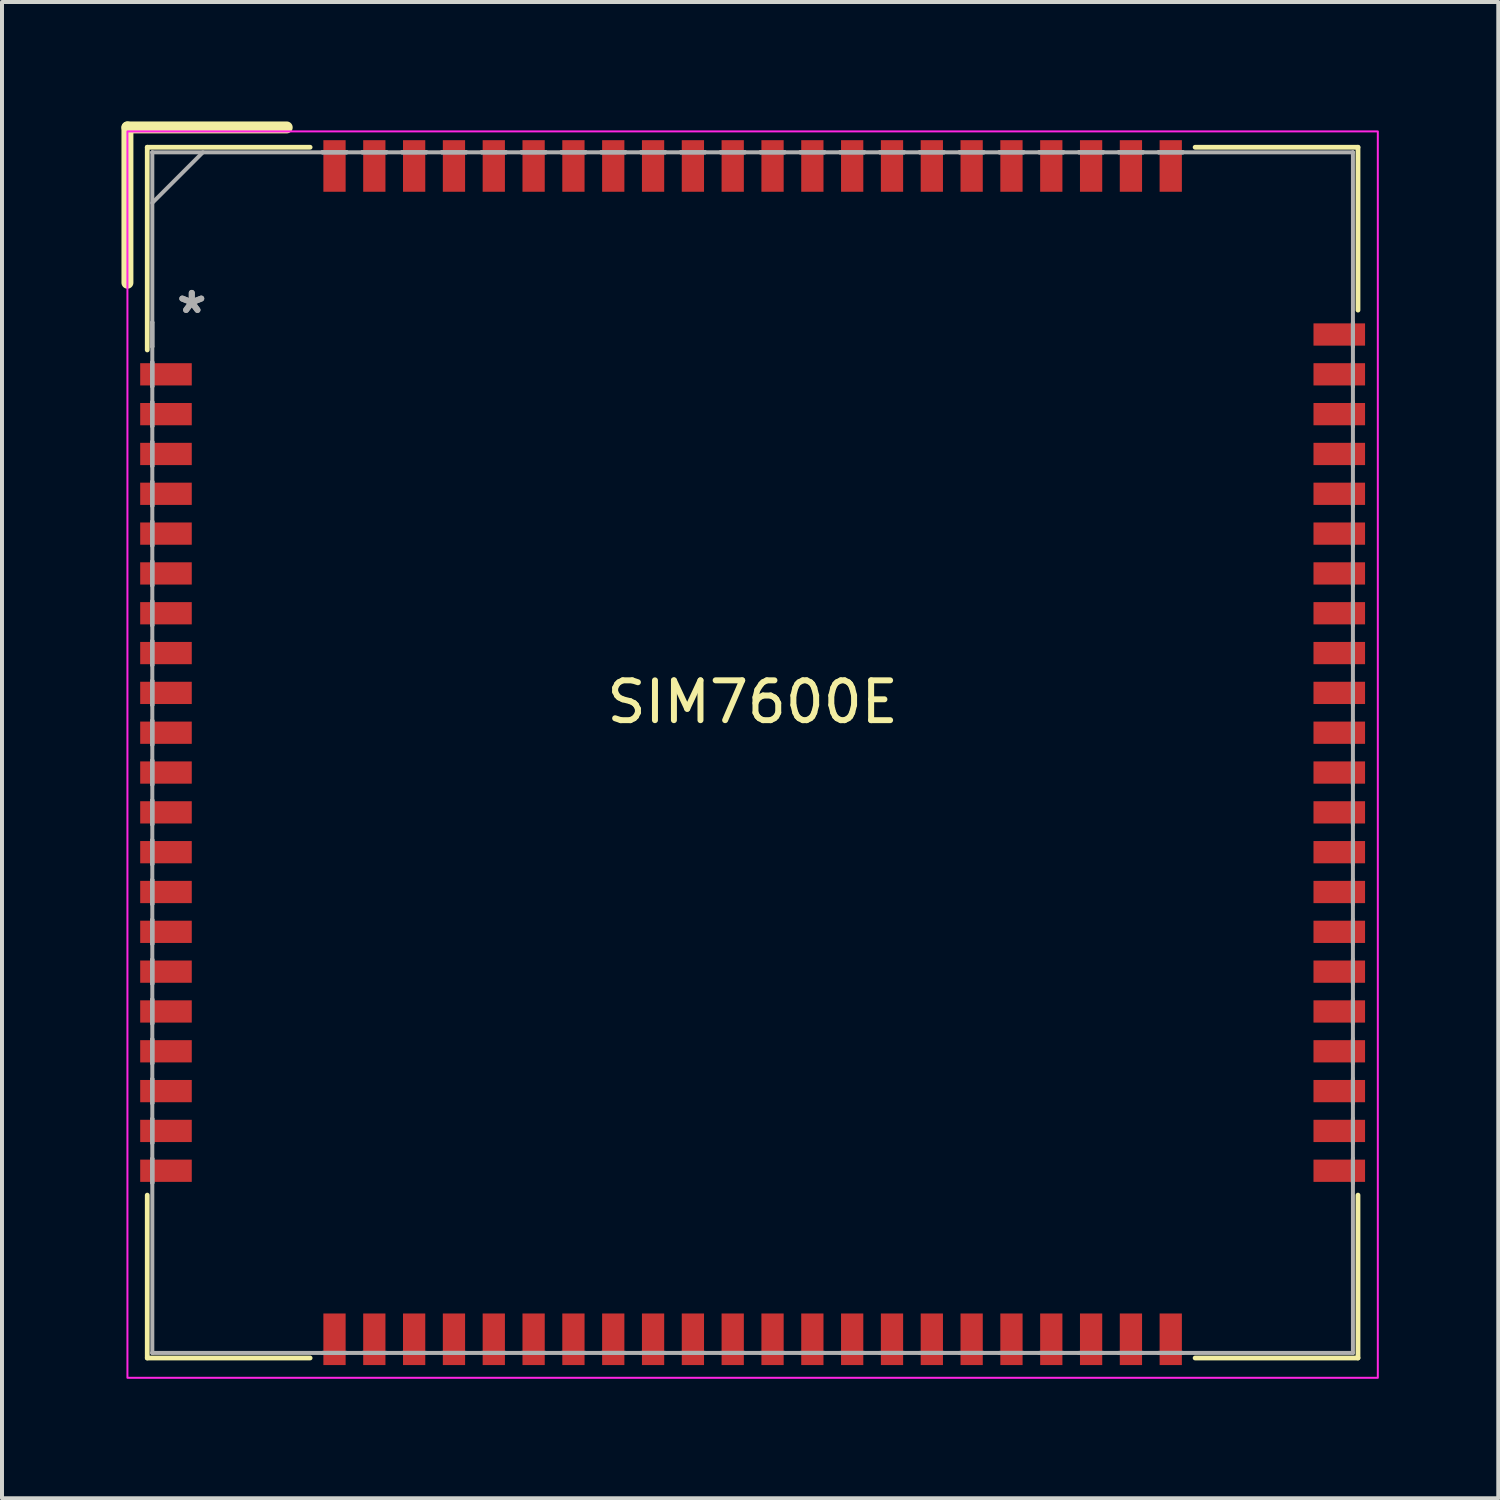
<source format=kicad_pcb>
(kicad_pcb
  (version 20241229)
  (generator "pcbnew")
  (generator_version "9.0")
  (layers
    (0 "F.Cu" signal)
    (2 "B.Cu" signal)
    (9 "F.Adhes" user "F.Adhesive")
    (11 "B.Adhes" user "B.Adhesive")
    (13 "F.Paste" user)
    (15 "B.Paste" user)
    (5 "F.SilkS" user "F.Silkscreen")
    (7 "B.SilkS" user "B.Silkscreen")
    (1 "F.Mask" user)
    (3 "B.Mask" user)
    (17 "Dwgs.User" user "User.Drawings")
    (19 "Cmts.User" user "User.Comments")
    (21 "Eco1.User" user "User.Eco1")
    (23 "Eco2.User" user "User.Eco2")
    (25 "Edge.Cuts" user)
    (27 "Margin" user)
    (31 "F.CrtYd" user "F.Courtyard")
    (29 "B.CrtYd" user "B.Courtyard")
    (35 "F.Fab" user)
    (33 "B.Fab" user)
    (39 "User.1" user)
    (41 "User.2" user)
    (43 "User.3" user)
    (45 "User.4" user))
  (footprint "SIM7600E"
    (layer "F.Cu")
    (at 15.85 15.85)
    (property "Reference" "SIM7600E" (at 0 -1.27 0) (layer "F.SilkS") (effects (font (size 1 1) (thickness 0.15))))
    (attr through_hole)
    (fp_line (start -15.7 -15.7) (end -15.7 -11.8) (stroke (width 0.3) (type solid)) (layer "F.SilkS"))
    (fp_line (start -15.202 -15.202) (end -15.202 -10.112) (stroke (width 0.12) (type solid)) (layer "F.SilkS"))
    (fp_line (start -15.202 11.112) (end -15.202 15.202) (stroke (width 0.12) (type solid)) (layer "F.SilkS"))
    (fp_line (start -15.202 15.202) (end -11.112 15.202) (stroke (width 0.12) (type solid)) (layer "F.SilkS"))
    (fp_line (start -11.7 -15.7) (end -15.7 -15.7) (stroke (width 0.3) (type solid)) (layer "F.SilkS"))
    (fp_line (start -11.112 -15.202) (end -15.202 -15.202) (stroke (width 0.12) (type solid)) (layer "F.SilkS"))
    (fp_line (start 11.112 15.202) (end 15.202 15.202) (stroke (width 0.12) (type solid)) (layer "F.SilkS"))
    (fp_line (start 15.202 -15.202) (end 11.112 -15.202) (stroke (width 0.12) (type solid)) (layer "F.SilkS"))
    (fp_line (start 15.202 -11.112) (end 15.202 -15.202) (stroke (width 0.12) (type solid)) (layer "F.SilkS"))
    (fp_line (start 15.202 15.202) (end 15.202 11.112) (stroke (width 0.12) (type solid)) (layer "F.SilkS"))
    (fp_rect (start 15.7 -15.6) (end -15.7 15.7) (stroke (width 0.05) (type solid)) (fill no) (layer "F.CrtYd"))
    (fp_line (start -15.075 -15.075) (end -15.075 -15.075) (stroke (width 0.1) (type solid)) (layer "F.Fab"))
    (fp_line (start -15.075 -15.075) (end -15.075 15.075) (stroke (width 0.1) (type solid)) (layer "F.Fab"))
    (fp_line (start -15.075 -13.805) (end -13.805 -15.075) (stroke (width 0.1) (type solid)) (layer "F.Fab"))
    (fp_line (start -15.075 -10.805) (end -15.075 -10.805) (stroke (width 0.1) (type solid)) (layer "F.Fab"))
    (fp_line (start -15.075 -10.805) (end -15.075 -10.195) (stroke (width 0.1) (type solid)) (layer "F.Fab"))
    (fp_line (start -15.075 -10.195) (end -15.075 -10.805) (stroke (width 0.1) (type solid)) (layer "F.Fab"))
    (fp_line (start -15.075 -10.195) (end -15.075 -10.195) (stroke (width 0.1) (type solid)) (layer "F.Fab"))
    (fp_line (start -15.075 -9.805) (end -15.075 -9.805) (stroke (width 0.1) (type solid)) (layer "F.Fab"))
    (fp_line (start -15.075 -9.805) (end -15.075 -9.195) (stroke (width 0.1) (type solid)) (layer "F.Fab"))
    (fp_line (start -15.075 -9.195) (end -15.075 -9.805) (stroke (width 0.1) (type solid)) (layer "F.Fab"))
    (fp_line (start -15.075 -9.195) (end -15.075 -9.195) (stroke (width 0.1) (type solid)) (layer "F.Fab"))
    (fp_line (start -15.075 -8.805) (end -15.075 -8.805) (stroke (width 0.1) (type solid)) (layer "F.Fab"))
    (fp_line (start -15.075 -8.805) (end -15.075 -8.195) (stroke (width 0.1) (type solid)) (layer "F.Fab"))
    (fp_line (start -15.075 -8.195) (end -15.075 -8.805) (stroke (width 0.1) (type solid)) (layer "F.Fab"))
    (fp_line (start -15.075 -8.195) (end -15.075 -8.195) (stroke (width 0.1) (type solid)) (layer "F.Fab"))
    (fp_line (start -15.075 -7.805) (end -15.075 -7.805) (stroke (width 0.1) (type solid)) (layer "F.Fab"))
    (fp_line (start -15.075 -7.805) (end -15.075 -7.195) (stroke (width 0.1) (type solid)) (layer "F.Fab"))
    (fp_line (start -15.075 -7.195) (end -15.075 -7.805) (stroke (width 0.1) (type solid)) (layer "F.Fab"))
    (fp_line (start -15.075 -7.195) (end -15.075 -7.195) (stroke (width 0.1) (type solid)) (layer "F.Fab"))
    (fp_line (start -15.075 -6.805) (end -15.075 -6.805) (stroke (width 0.1) (type solid)) (layer "F.Fab"))
    (fp_line (start -15.075 -6.805) (end -15.075 -6.195) (stroke (width 0.1) (type solid)) (layer "F.Fab"))
    (fp_line (start -15.075 -6.195) (end -15.075 -6.805) (stroke (width 0.1) (type solid)) (layer "F.Fab"))
    (fp_line (start -15.075 -6.195) (end -15.075 -6.195) (stroke (width 0.1) (type solid)) (layer "F.Fab"))
    (fp_line (start -15.075 -5.805) (end -15.075 -5.805) (stroke (width 0.1) (type solid)) (layer "F.Fab"))
    (fp_line (start -15.075 -5.805) (end -15.075 -5.195) (stroke (width 0.1) (type solid)) (layer "F.Fab"))
    (fp_line (start -15.075 -5.195) (end -15.075 -5.805) (stroke (width 0.1) (type solid)) (layer "F.Fab"))
    (fp_line (start -15.075 -5.195) (end -15.075 -5.195) (stroke (width 0.1) (type solid)) (layer "F.Fab"))
    (fp_line (start -15.075 -4.805) (end -15.075 -4.805) (stroke (width 0.1) (type solid)) (layer "F.Fab"))
    (fp_line (start -15.075 -4.805) (end -15.075 -4.195) (stroke (width 0.1) (type solid)) (layer "F.Fab"))
    (fp_line (start -15.075 -4.195) (end -15.075 -4.805) (stroke (width 0.1) (type solid)) (layer "F.Fab"))
    (fp_line (start -15.075 -4.195) (end -15.075 -4.195) (stroke (width 0.1) (type solid)) (layer "F.Fab"))
    (fp_line (start -15.075 -3.805) (end -15.075 -3.805) (stroke (width 0.1) (type solid)) (layer "F.Fab"))
    (fp_line (start -15.075 -3.805) (end -15.075 -3.195) (stroke (width 0.1) (type solid)) (layer "F.Fab"))
    (fp_line (start -15.075 -3.195) (end -15.075 -3.805) (stroke (width 0.1) (type solid)) (layer "F.Fab"))
    (fp_line (start -15.075 -3.195) (end -15.075 -3.195) (stroke (width 0.1) (type solid)) (layer "F.Fab"))
    (fp_line (start -15.075 -2.805) (end -15.075 -2.805) (stroke (width 0.1) (type solid)) (layer "F.Fab"))
    (fp_line (start -15.075 -2.805) (end -15.075 -2.195) (stroke (width 0.1) (type solid)) (layer "F.Fab"))
    (fp_line (start -15.075 -2.195) (end -15.075 -2.805) (stroke (width 0.1) (type solid)) (layer "F.Fab"))
    (fp_line (start -15.075 -2.195) (end -15.075 -2.195) (stroke (width 0.1) (type solid)) (layer "F.Fab"))
    (fp_line (start -15.075 -1.805) (end -15.075 -1.805) (stroke (width 0.1) (type solid)) (layer "F.Fab"))
    (fp_line (start -15.075 -1.805) (end -15.075 -1.195) (stroke (width 0.1) (type solid)) (layer "F.Fab"))
    (fp_line (start -15.075 -1.195) (end -15.075 -1.805) (stroke (width 0.1) (type solid)) (layer "F.Fab"))
    (fp_line (start -15.075 -1.195) (end -15.075 -1.195) (stroke (width 0.1) (type solid)) (layer "F.Fab"))
    (fp_line (start -15.075 -0.805) (end -15.075 -0.805) (stroke (width 0.1) (type solid)) (layer "F.Fab"))
    (fp_line (start -15.075 -0.805) (end -15.075 -0.195) (stroke (width 0.1) (type solid)) (layer "F.Fab"))
    (fp_line (start -15.075 -0.195) (end -15.075 -0.805) (stroke (width 0.1) (type solid)) (layer "F.Fab"))
    (fp_line (start -15.075 -0.195) (end -15.075 -0.195) (stroke (width 0.1) (type solid)) (layer "F.Fab"))
    (fp_line (start -15.075 0.195) (end -15.075 0.195) (stroke (width 0.1) (type solid)) (layer "F.Fab"))
    (fp_line (start -15.075 0.195) (end -15.075 0.805) (stroke (width 0.1) (type solid)) (layer "F.Fab"))
    (fp_line (start -15.075 0.805) (end -15.075 0.195) (stroke (width 0.1) (type solid)) (layer "F.Fab"))
    (fp_line (start -15.075 0.805) (end -15.075 0.805) (stroke (width 0.1) (type solid)) (layer "F.Fab"))
    (fp_line (start -15.075 1.195) (end -15.075 1.195) (stroke (width 0.1) (type solid)) (layer "F.Fab"))
    (fp_line (start -15.075 1.195) (end -15.075 1.805) (stroke (width 0.1) (type solid)) (layer "F.Fab"))
    (fp_line (start -15.075 1.805) (end -15.075 1.195) (stroke (width 0.1) (type solid)) (layer "F.Fab"))
    (fp_line (start -15.075 1.805) (end -15.075 1.805) (stroke (width 0.1) (type solid)) (layer "F.Fab"))
    (fp_line (start -15.075 2.195) (end -15.075 2.195) (stroke (width 0.1) (type solid)) (layer "F.Fab"))
    (fp_line (start -15.075 2.195) (end -15.075 2.805) (stroke (width 0.1) (type solid)) (layer "F.Fab"))
    (fp_line (start -15.075 2.805) (end -15.075 2.195) (stroke (width 0.1) (type solid)) (layer "F.Fab"))
    (fp_line (start -15.075 2.805) (end -15.075 2.805) (stroke (width 0.1) (type solid)) (layer "F.Fab"))
    (fp_line (start -15.075 3.195) (end -15.075 3.195) (stroke (width 0.1) (type solid)) (layer "F.Fab"))
    (fp_line (start -15.075 3.195) (end -15.075 3.805) (stroke (width 0.1) (type solid)) (layer "F.Fab"))
    (fp_line (start -15.075 3.805) (end -15.075 3.195) (stroke (width 0.1) (type solid)) (layer "F.Fab"))
    (fp_line (start -15.075 3.805) (end -15.075 3.805) (stroke (width 0.1) (type solid)) (layer "F.Fab"))
    (fp_line (start -15.075 4.195) (end -15.075 4.195) (stroke (width 0.1) (type solid)) (layer "F.Fab"))
    (fp_line (start -15.075 4.195) (end -15.075 4.805) (stroke (width 0.1) (type solid)) (layer "F.Fab"))
    (fp_line (start -15.075 4.805) (end -15.075 4.195) (stroke (width 0.1) (type solid)) (layer "F.Fab"))
    (fp_line (start -15.075 4.805) (end -15.075 4.805) (stroke (width 0.1) (type solid)) (layer "F.Fab"))
    (fp_line (start -15.075 5.195) (end -15.075 5.195) (stroke (width 0.1) (type solid)) (layer "F.Fab"))
    (fp_line (start -15.075 5.195) (end -15.075 5.805) (stroke (width 0.1) (type solid)) (layer "F.Fab"))
    (fp_line (start -15.075 5.805) (end -15.075 5.195) (stroke (width 0.1) (type solid)) (layer "F.Fab"))
    (fp_line (start -15.075 5.805) (end -15.075 5.805) (stroke (width 0.1) (type solid)) (layer "F.Fab"))
    (fp_line (start -15.075 6.195) (end -15.075 6.195) (stroke (width 0.1) (type solid)) (layer "F.Fab"))
    (fp_line (start -15.075 6.195) (end -15.075 6.805) (stroke (width 0.1) (type solid)) (layer "F.Fab"))
    (fp_line (start -15.075 6.805) (end -15.075 6.195) (stroke (width 0.1) (type solid)) (layer "F.Fab"))
    (fp_line (start -15.075 6.805) (end -15.075 6.805) (stroke (width 0.1) (type solid)) (layer "F.Fab"))
    (fp_line (start -15.075 7.195) (end -15.075 7.195) (stroke (width 0.1) (type solid)) (layer "F.Fab"))
    (fp_line (start -15.075 7.195) (end -15.075 7.805) (stroke (width 0.1) (type solid)) (layer "F.Fab"))
    (fp_line (start -15.075 7.805) (end -15.075 7.195) (stroke (width 0.1) (type solid)) (layer "F.Fab"))
    (fp_line (start -15.075 7.805) (end -15.075 7.805) (stroke (width 0.1) (type solid)) (layer "F.Fab"))
    (fp_line (start -15.075 8.195) (end -15.075 8.195) (stroke (width 0.1) (type solid)) (layer "F.Fab"))
    (fp_line (start -15.075 8.195) (end -15.075 8.805) (stroke (width 0.1) (type solid)) (layer "F.Fab"))
    (fp_line (start -15.075 8.805) (end -15.075 8.195) (stroke (width 0.1) (type solid)) (layer "F.Fab"))
    (fp_line (start -15.075 8.805) (end -15.075 8.805) (stroke (width 0.1) (type solid)) (layer "F.Fab"))
    (fp_line (start -15.075 9.195) (end -15.075 9.195) (stroke (width 0.1) (type solid)) (layer "F.Fab"))
    (fp_line (start -15.075 9.195) (end -15.075 9.805) (stroke (width 0.1) (type solid)) (layer "F.Fab"))
    (fp_line (start -15.075 9.805) (end -15.075 9.195) (stroke (width 0.1) (type solid)) (layer "F.Fab"))
    (fp_line (start -15.075 9.805) (end -15.075 9.805) (stroke (width 0.1) (type solid)) (layer "F.Fab"))
    (fp_line (start -15.075 10.195) (end -15.075 10.195) (stroke (width 0.1) (type solid)) (layer "F.Fab"))
    (fp_line (start -15.075 10.195) (end -15.075 10.805) (stroke (width 0.1) (type solid)) (layer "F.Fab"))
    (fp_line (start -15.075 10.805) (end -15.075 10.195) (stroke (width 0.1) (type solid)) (layer "F.Fab"))
    (fp_line (start -15.075 10.805) (end -15.075 10.805) (stroke (width 0.1) (type solid)) (layer "F.Fab"))
    (fp_line (start -15.075 15.075) (end -15.075 15.075) (stroke (width 0.1) (type solid)) (layer "F.Fab"))
    (fp_line (start -15.075 15.075) (end 15.075 15.075) (stroke (width 0.1) (type solid)) (layer "F.Fab"))
    (fp_line (start -10.805 -15.075) (end -10.805 -15.075) (stroke (width 0.1) (type solid)) (layer "F.Fab"))
    (fp_line (start -10.805 -15.075) (end -10.195 -15.075) (stroke (width 0.1) (type solid)) (layer "F.Fab"))
    (fp_line (start -10.805 15.075) (end -10.805 15.075) (stroke (width 0.1) (type solid)) (layer "F.Fab"))
    (fp_line (start -10.805 15.075) (end -10.195 15.075) (stroke (width 0.1) (type solid)) (layer "F.Fab"))
    (fp_line (start -10.195 -15.075) (end -10.805 -15.075) (stroke (width 0.1) (type solid)) (layer "F.Fab"))
    (fp_line (start -10.195 -15.075) (end -10.195 -15.075) (stroke (width 0.1) (type solid)) (layer "F.Fab"))
    (fp_line (start -10.195 15.075) (end -10.805 15.075) (stroke (width 0.1) (type solid)) (layer "F.Fab"))
    (fp_line (start -10.195 15.075) (end -10.195 15.075) (stroke (width 0.1) (type solid)) (layer "F.Fab"))
    (fp_line (start -9.805 -15.075) (end -9.805 -15.075) (stroke (width 0.1) (type solid)) (layer "F.Fab"))
    (fp_line (start -9.805 -15.075) (end -9.195 -15.075) (stroke (width 0.1) (type solid)) (layer "F.Fab"))
    (fp_line (start -9.805 15.075) (end -9.805 15.075) (stroke (width 0.1) (type solid)) (layer "F.Fab"))
    (fp_line (start -9.805 15.075) (end -9.195 15.075) (stroke (width 0.1) (type solid)) (layer "F.Fab"))
    (fp_line (start -9.195 -15.075) (end -9.805 -15.075) (stroke (width 0.1) (type solid)) (layer "F.Fab"))
    (fp_line (start -9.195 -15.075) (end -9.195 -15.075) (stroke (width 0.1) (type solid)) (layer "F.Fab"))
    (fp_line (start -9.195 15.075) (end -9.805 15.075) (stroke (width 0.1) (type solid)) (layer "F.Fab"))
    (fp_line (start -9.195 15.075) (end -9.195 15.075) (stroke (width 0.1) (type solid)) (layer "F.Fab"))
    (fp_line (start -8.805 -15.075) (end -8.805 -15.075) (stroke (width 0.1) (type solid)) (layer "F.Fab"))
    (fp_line (start -8.805 -15.075) (end -8.195 -15.075) (stroke (width 0.1) (type solid)) (layer "F.Fab"))
    (fp_line (start -8.805 15.075) (end -8.805 15.075) (stroke (width 0.1) (type solid)) (layer "F.Fab"))
    (fp_line (start -8.805 15.075) (end -8.195 15.075) (stroke (width 0.1) (type solid)) (layer "F.Fab"))
    (fp_line (start -8.195 -15.075) (end -8.805 -15.075) (stroke (width 0.1) (type solid)) (layer "F.Fab"))
    (fp_line (start -8.195 -15.075) (end -8.195 -15.075) (stroke (width 0.1) (type solid)) (layer "F.Fab"))
    (fp_line (start -8.195 15.075) (end -8.805 15.075) (stroke (width 0.1) (type solid)) (layer "F.Fab"))
    (fp_line (start -8.195 15.075) (end -8.195 15.075) (stroke (width 0.1) (type solid)) (layer "F.Fab"))
    (fp_line (start -7.805 -15.075) (end -7.805 -15.075) (stroke (width 0.1) (type solid)) (layer "F.Fab"))
    (fp_line (start -7.805 -15.075) (end -7.195 -15.075) (stroke (width 0.1) (type solid)) (layer "F.Fab"))
    (fp_line (start -7.805 15.075) (end -7.805 15.075) (stroke (width 0.1) (type solid)) (layer "F.Fab"))
    (fp_line (start -7.805 15.075) (end -7.195 15.075) (stroke (width 0.1) (type solid)) (layer "F.Fab"))
    (fp_line (start -7.195 -15.075) (end -7.805 -15.075) (stroke (width 0.1) (type solid)) (layer "F.Fab"))
    (fp_line (start -7.195 -15.075) (end -7.195 -15.075) (stroke (width 0.1) (type solid)) (layer "F.Fab"))
    (fp_line (start -7.195 15.075) (end -7.805 15.075) (stroke (width 0.1) (type solid)) (layer "F.Fab"))
    (fp_line (start -7.195 15.075) (end -7.195 15.075) (stroke (width 0.1) (type solid)) (layer "F.Fab"))
    (fp_line (start -6.805 -15.075) (end -6.805 -15.075) (stroke (width 0.1) (type solid)) (layer "F.Fab"))
    (fp_line (start -6.805 -15.075) (end -6.195 -15.075) (stroke (width 0.1) (type solid)) (layer "F.Fab"))
    (fp_line (start -6.805 15.075) (end -6.805 15.075) (stroke (width 0.1) (type solid)) (layer "F.Fab"))
    (fp_line (start -6.805 15.075) (end -6.195 15.075) (stroke (width 0.1) (type solid)) (layer "F.Fab"))
    (fp_line (start -6.195 -15.075) (end -6.805 -15.075) (stroke (width 0.1) (type solid)) (layer "F.Fab"))
    (fp_line (start -6.195 -15.075) (end -6.195 -15.075) (stroke (width 0.1) (type solid)) (layer "F.Fab"))
    (fp_line (start -6.195 15.075) (end -6.805 15.075) (stroke (width 0.1) (type solid)) (layer "F.Fab"))
    (fp_line (start -6.195 15.075) (end -6.195 15.075) (stroke (width 0.1) (type solid)) (layer "F.Fab"))
    (fp_line (start -5.805 -15.075) (end -5.805 -15.075) (stroke (width 0.1) (type solid)) (layer "F.Fab"))
    (fp_line (start -5.805 -15.075) (end -5.195 -15.075) (stroke (width 0.1) (type solid)) (layer "F.Fab"))
    (fp_line (start -5.805 15.075) (end -5.805 15.075) (stroke (width 0.1) (type solid)) (layer "F.Fab"))
    (fp_line (start -5.805 15.075) (end -5.195 15.075) (stroke (width 0.1) (type solid)) (layer "F.Fab"))
    (fp_line (start -5.195 -15.075) (end -5.805 -15.075) (stroke (width 0.1) (type solid)) (layer "F.Fab"))
    (fp_line (start -5.195 -15.075) (end -5.195 -15.075) (stroke (width 0.1) (type solid)) (layer "F.Fab"))
    (fp_line (start -5.195 15.075) (end -5.805 15.075) (stroke (width 0.1) (type solid)) (layer "F.Fab"))
    (fp_line (start -5.195 15.075) (end -5.195 15.075) (stroke (width 0.1) (type solid)) (layer "F.Fab"))
    (fp_line (start -4.805 -15.075) (end -4.805 -15.075) (stroke (width 0.1) (type solid)) (layer "F.Fab"))
    (fp_line (start -4.805 -15.075) (end -4.195 -15.075) (stroke (width 0.1) (type solid)) (layer "F.Fab"))
    (fp_line (start -4.805 15.075) (end -4.805 15.075) (stroke (width 0.1) (type solid)) (layer "F.Fab"))
    (fp_line (start -4.805 15.075) (end -4.195 15.075) (stroke (width 0.1) (type solid)) (layer "F.Fab"))
    (fp_line (start -4.195 -15.075) (end -4.805 -15.075) (stroke (width 0.1) (type solid)) (layer "F.Fab"))
    (fp_line (start -4.195 -15.075) (end -4.195 -15.075) (stroke (width 0.1) (type solid)) (layer "F.Fab"))
    (fp_line (start -4.195 15.075) (end -4.805 15.075) (stroke (width 0.1) (type solid)) (layer "F.Fab"))
    (fp_line (start -4.195 15.075) (end -4.195 15.075) (stroke (width 0.1) (type solid)) (layer "F.Fab"))
    (fp_line (start -3.805 -15.075) (end -3.805 -15.075) (stroke (width 0.1) (type solid)) (layer "F.Fab"))
    (fp_line (start -3.805 -15.075) (end -3.195 -15.075) (stroke (width 0.1) (type solid)) (layer "F.Fab"))
    (fp_line (start -3.805 15.075) (end -3.805 15.075) (stroke (width 0.1) (type solid)) (layer "F.Fab"))
    (fp_line (start -3.805 15.075) (end -3.195 15.075) (stroke (width 0.1) (type solid)) (layer "F.Fab"))
    (fp_line (start -3.195 -15.075) (end -3.805 -15.075) (stroke (width 0.1) (type solid)) (layer "F.Fab"))
    (fp_line (start -3.195 -15.075) (end -3.195 -15.075) (stroke (width 0.1) (type solid)) (layer "F.Fab"))
    (fp_line (start -3.195 15.075) (end -3.805 15.075) (stroke (width 0.1) (type solid)) (layer "F.Fab"))
    (fp_line (start -3.195 15.075) (end -3.195 15.075) (stroke (width 0.1) (type solid)) (layer "F.Fab"))
    (fp_line (start -2.805 -15.075) (end -2.805 -15.075) (stroke (width 0.1) (type solid)) (layer "F.Fab"))
    (fp_line (start -2.805 -15.075) (end -2.195 -15.075) (stroke (width 0.1) (type solid)) (layer "F.Fab"))
    (fp_line (start -2.805 15.075) (end -2.805 15.075) (stroke (width 0.1) (type solid)) (layer "F.Fab"))
    (fp_line (start -2.805 15.075) (end -2.195 15.075) (stroke (width 0.1) (type solid)) (layer "F.Fab"))
    (fp_line (start -2.195 -15.075) (end -2.805 -15.075) (stroke (width 0.1) (type solid)) (layer "F.Fab"))
    (fp_line (start -2.195 -15.075) (end -2.195 -15.075) (stroke (width 0.1) (type solid)) (layer "F.Fab"))
    (fp_line (start -2.195 15.075) (end -2.805 15.075) (stroke (width 0.1) (type solid)) (layer "F.Fab"))
    (fp_line (start -2.195 15.075) (end -2.195 15.075) (stroke (width 0.1) (type solid)) (layer "F.Fab"))
    (fp_line (start -1.805 -15.075) (end -1.805 -15.075) (stroke (width 0.1) (type solid)) (layer "F.Fab"))
    (fp_line (start -1.805 -15.075) (end -1.195 -15.075) (stroke (width 0.1) (type solid)) (layer "F.Fab"))
    (fp_line (start -1.805 15.075) (end -1.805 15.075) (stroke (width 0.1) (type solid)) (layer "F.Fab"))
    (fp_line (start -1.805 15.075) (end -1.195 15.075) (stroke (width 0.1) (type solid)) (layer "F.Fab"))
    (fp_line (start -1.195 -15.075) (end -1.805 -15.075) (stroke (width 0.1) (type solid)) (layer "F.Fab"))
    (fp_line (start -1.195 -15.075) (end -1.195 -15.075) (stroke (width 0.1) (type solid)) (layer "F.Fab"))
    (fp_line (start -1.195 15.075) (end -1.805 15.075) (stroke (width 0.1) (type solid)) (layer "F.Fab"))
    (fp_line (start -1.195 15.075) (end -1.195 15.075) (stroke (width 0.1) (type solid)) (layer "F.Fab"))
    (fp_line (start -0.805 -15.075) (end -0.805 -15.075) (stroke (width 0.1) (type solid)) (layer "F.Fab"))
    (fp_line (start -0.805 -15.075) (end -0.195 -15.075) (stroke (width 0.1) (type solid)) (layer "F.Fab"))
    (fp_line (start -0.805 15.075) (end -0.805 15.075) (stroke (width 0.1) (type solid)) (layer "F.Fab"))
    (fp_line (start -0.805 15.075) (end -0.195 15.075) (stroke (width 0.1) (type solid)) (layer "F.Fab"))
    (fp_line (start -0.195 -15.075) (end -0.805 -15.075) (stroke (width 0.1) (type solid)) (layer "F.Fab"))
    (fp_line (start -0.195 -15.075) (end -0.195 -15.075) (stroke (width 0.1) (type solid)) (layer "F.Fab"))
    (fp_line (start -0.195 15.075) (end -0.805 15.075) (stroke (width 0.1) (type solid)) (layer "F.Fab"))
    (fp_line (start -0.195 15.075) (end -0.195 15.075) (stroke (width 0.1) (type solid)) (layer "F.Fab"))
    (fp_line (start 0.195 -15.075) (end 0.195 -15.075) (stroke (width 0.1) (type solid)) (layer "F.Fab"))
    (fp_line (start 0.195 -15.075) (end 0.805 -15.075) (stroke (width 0.1) (type solid)) (layer "F.Fab"))
    (fp_line (start 0.195 15.075) (end 0.195 15.075) (stroke (width 0.1) (type solid)) (layer "F.Fab"))
    (fp_line (start 0.195 15.075) (end 0.805 15.075) (stroke (width 0.1) (type solid)) (layer "F.Fab"))
    (fp_line (start 0.805 -15.075) (end 0.195 -15.075) (stroke (width 0.1) (type solid)) (layer "F.Fab"))
    (fp_line (start 0.805 -15.075) (end 0.805 -15.075) (stroke (width 0.1) (type solid)) (layer "F.Fab"))
    (fp_line (start 0.805 15.075) (end 0.195 15.075) (stroke (width 0.1) (type solid)) (layer "F.Fab"))
    (fp_line (start 0.805 15.075) (end 0.805 15.075) (stroke (width 0.1) (type solid)) (layer "F.Fab"))
    (fp_line (start 1.195 -15.075) (end 1.195 -15.075) (stroke (width 0.1) (type solid)) (layer "F.Fab"))
    (fp_line (start 1.195 -15.075) (end 1.805 -15.075) (stroke (width 0.1) (type solid)) (layer "F.Fab"))
    (fp_line (start 1.195 15.075) (end 1.195 15.075) (stroke (width 0.1) (type solid)) (layer "F.Fab"))
    (fp_line (start 1.195 15.075) (end 1.805 15.075) (stroke (width 0.1) (type solid)) (layer "F.Fab"))
    (fp_line (start 1.805 -15.075) (end 1.195 -15.075) (stroke (width 0.1) (type solid)) (layer "F.Fab"))
    (fp_line (start 1.805 -15.075) (end 1.805 -15.075) (stroke (width 0.1) (type solid)) (layer "F.Fab"))
    (fp_line (start 1.805 15.075) (end 1.195 15.075) (stroke (width 0.1) (type solid)) (layer "F.Fab"))
    (fp_line (start 1.805 15.075) (end 1.805 15.075) (stroke (width 0.1) (type solid)) (layer "F.Fab"))
    (fp_line (start 2.195 -15.075) (end 2.195 -15.075) (stroke (width 0.1) (type solid)) (layer "F.Fab"))
    (fp_line (start 2.195 -15.075) (end 2.805 -15.075) (stroke (width 0.1) (type solid)) (layer "F.Fab"))
    (fp_line (start 2.195 15.075) (end 2.195 15.075) (stroke (width 0.1) (type solid)) (layer "F.Fab"))
    (fp_line (start 2.195 15.075) (end 2.805 15.075) (stroke (width 0.1) (type solid)) (layer "F.Fab"))
    (fp_line (start 2.805 -15.075) (end 2.195 -15.075) (stroke (width 0.1) (type solid)) (layer "F.Fab"))
    (fp_line (start 2.805 -15.075) (end 2.805 -15.075) (stroke (width 0.1) (type solid)) (layer "F.Fab"))
    (fp_line (start 2.805 15.075) (end 2.195 15.075) (stroke (width 0.1) (type solid)) (layer "F.Fab"))
    (fp_line (start 2.805 15.075) (end 2.805 15.075) (stroke (width 0.1) (type solid)) (layer "F.Fab"))
    (fp_line (start 3.195 -15.075) (end 3.195 -15.075) (stroke (width 0.1) (type solid)) (layer "F.Fab"))
    (fp_line (start 3.195 -15.075) (end 3.805 -15.075) (stroke (width 0.1) (type solid)) (layer "F.Fab"))
    (fp_line (start 3.195 15.075) (end 3.195 15.075) (stroke (width 0.1) (type solid)) (layer "F.Fab"))
    (fp_line (start 3.195 15.075) (end 3.805 15.075) (stroke (width 0.1) (type solid)) (layer "F.Fab"))
    (fp_line (start 3.805 -15.075) (end 3.195 -15.075) (stroke (width 0.1) (type solid)) (layer "F.Fab"))
    (fp_line (start 3.805 -15.075) (end 3.805 -15.075) (stroke (width 0.1) (type solid)) (layer "F.Fab"))
    (fp_line (start 3.805 15.075) (end 3.195 15.075) (stroke (width 0.1) (type solid)) (layer "F.Fab"))
    (fp_line (start 3.805 15.075) (end 3.805 15.075) (stroke (width 0.1) (type solid)) (layer "F.Fab"))
    (fp_line (start 4.195 -15.075) (end 4.195 -15.075) (stroke (width 0.1) (type solid)) (layer "F.Fab"))
    (fp_line (start 4.195 -15.075) (end 4.805 -15.075) (stroke (width 0.1) (type solid)) (layer "F.Fab"))
    (fp_line (start 4.195 15.075) (end 4.195 15.075) (stroke (width 0.1) (type solid)) (layer "F.Fab"))
    (fp_line (start 4.195 15.075) (end 4.805 15.075) (stroke (width 0.1) (type solid)) (layer "F.Fab"))
    (fp_line (start 4.805 -15.075) (end 4.195 -15.075) (stroke (width 0.1) (type solid)) (layer "F.Fab"))
    (fp_line (start 4.805 -15.075) (end 4.805 -15.075) (stroke (width 0.1) (type solid)) (layer "F.Fab"))
    (fp_line (start 4.805 15.075) (end 4.195 15.075) (stroke (width 0.1) (type solid)) (layer "F.Fab"))
    (fp_line (start 4.805 15.075) (end 4.805 15.075) (stroke (width 0.1) (type solid)) (layer "F.Fab"))
    (fp_line (start 5.195 -15.075) (end 5.195 -15.075) (stroke (width 0.1) (type solid)) (layer "F.Fab"))
    (fp_line (start 5.195 -15.075) (end 5.805 -15.075) (stroke (width 0.1) (type solid)) (layer "F.Fab"))
    (fp_line (start 5.195 15.075) (end 5.195 15.075) (stroke (width 0.1) (type solid)) (layer "F.Fab"))
    (fp_line (start 5.195 15.075) (end 5.805 15.075) (stroke (width 0.1) (type solid)) (layer "F.Fab"))
    (fp_line (start 5.805 -15.075) (end 5.195 -15.075) (stroke (width 0.1) (type solid)) (layer "F.Fab"))
    (fp_line (start 5.805 -15.075) (end 5.805 -15.075) (stroke (width 0.1) (type solid)) (layer "F.Fab"))
    (fp_line (start 5.805 15.075) (end 5.195 15.075) (stroke (width 0.1) (type solid)) (layer "F.Fab"))
    (fp_line (start 5.805 15.075) (end 5.805 15.075) (stroke (width 0.1) (type solid)) (layer "F.Fab"))
    (fp_line (start 6.195 -15.075) (end 6.195 -15.075) (stroke (width 0.1) (type solid)) (layer "F.Fab"))
    (fp_line (start 6.195 -15.075) (end 6.805 -15.075) (stroke (width 0.1) (type solid)) (layer "F.Fab"))
    (fp_line (start 6.195 15.075) (end 6.195 15.075) (stroke (width 0.1) (type solid)) (layer "F.Fab"))
    (fp_line (start 6.195 15.075) (end 6.805 15.075) (stroke (width 0.1) (type solid)) (layer "F.Fab"))
    (fp_line (start 6.805 -15.075) (end 6.195 -15.075) (stroke (width 0.1) (type solid)) (layer "F.Fab"))
    (fp_line (start 6.805 -15.075) (end 6.805 -15.075) (stroke (width 0.1) (type solid)) (layer "F.Fab"))
    (fp_line (start 6.805 15.075) (end 6.195 15.075) (stroke (width 0.1) (type solid)) (layer "F.Fab"))
    (fp_line (start 6.805 15.075) (end 6.805 15.075) (stroke (width 0.1) (type solid)) (layer "F.Fab"))
    (fp_line (start 7.195 -15.075) (end 7.195 -15.075) (stroke (width 0.1) (type solid)) (layer "F.Fab"))
    (fp_line (start 7.195 -15.075) (end 7.805 -15.075) (stroke (width 0.1) (type solid)) (layer "F.Fab"))
    (fp_line (start 7.195 15.075) (end 7.195 15.075) (stroke (width 0.1) (type solid)) (layer "F.Fab"))
    (fp_line (start 7.195 15.075) (end 7.805 15.075) (stroke (width 0.1) (type solid)) (layer "F.Fab"))
    (fp_line (start 7.805 -15.075) (end 7.195 -15.075) (stroke (width 0.1) (type solid)) (layer "F.Fab"))
    (fp_line (start 7.805 -15.075) (end 7.805 -15.075) (stroke (width 0.1) (type solid)) (layer "F.Fab"))
    (fp_line (start 7.805 15.075) (end 7.195 15.075) (stroke (width 0.1) (type solid)) (layer "F.Fab"))
    (fp_line (start 7.805 15.075) (end 7.805 15.075) (stroke (width 0.1) (type solid)) (layer "F.Fab"))
    (fp_line (start 8.195 -15.075) (end 8.195 -15.075) (stroke (width 0.1) (type solid)) (layer "F.Fab"))
    (fp_line (start 8.195 -15.075) (end 8.805 -15.075) (stroke (width 0.1) (type solid)) (layer "F.Fab"))
    (fp_line (start 8.195 15.075) (end 8.195 15.075) (stroke (width 0.1) (type solid)) (layer "F.Fab"))
    (fp_line (start 8.195 15.075) (end 8.805 15.075) (stroke (width 0.1) (type solid)) (layer "F.Fab"))
    (fp_line (start 8.805 -15.075) (end 8.195 -15.075) (stroke (width 0.1) (type solid)) (layer "F.Fab"))
    (fp_line (start 8.805 -15.075) (end 8.805 -15.075) (stroke (width 0.1) (type solid)) (layer "F.Fab"))
    (fp_line (start 8.805 15.075) (end 8.195 15.075) (stroke (width 0.1) (type solid)) (layer "F.Fab"))
    (fp_line (start 8.805 15.075) (end 8.805 15.075) (stroke (width 0.1) (type solid)) (layer "F.Fab"))
    (fp_line (start 9.195 -15.075) (end 9.195 -15.075) (stroke (width 0.1) (type solid)) (layer "F.Fab"))
    (fp_line (start 9.195 -15.075) (end 9.805 -15.075) (stroke (width 0.1) (type solid)) (layer "F.Fab"))
    (fp_line (start 9.195 15.075) (end 9.195 15.075) (stroke (width 0.1) (type solid)) (layer "F.Fab"))
    (fp_line (start 9.195 15.075) (end 9.805 15.075) (stroke (width 0.1) (type solid)) (layer "F.Fab"))
    (fp_line (start 9.805 -15.075) (end 9.195 -15.075) (stroke (width 0.1) (type solid)) (layer "F.Fab"))
    (fp_line (start 9.805 -15.075) (end 9.805 -15.075) (stroke (width 0.1) (type solid)) (layer "F.Fab"))
    (fp_line (start 9.805 15.075) (end 9.195 15.075) (stroke (width 0.1) (type solid)) (layer "F.Fab"))
    (fp_line (start 9.805 15.075) (end 9.805 15.075) (stroke (width 0.1) (type solid)) (layer "F.Fab"))
    (fp_line (start 10.195 -15.075) (end 10.195 -15.075) (stroke (width 0.1) (type solid)) (layer "F.Fab"))
    (fp_line (start 10.195 -15.075) (end 10.805 -15.075) (stroke (width 0.1) (type solid)) (layer "F.Fab"))
    (fp_line (start 10.195 15.075) (end 10.195 15.075) (stroke (width 0.1) (type solid)) (layer "F.Fab"))
    (fp_line (start 10.195 15.075) (end 10.805 15.075) (stroke (width 0.1) (type solid)) (layer "F.Fab"))
    (fp_line (start 10.805 -15.075) (end 10.195 -15.075) (stroke (width 0.1) (type solid)) (layer "F.Fab"))
    (fp_line (start 10.805 -15.075) (end 10.805 -15.075) (stroke (width 0.1) (type solid)) (layer "F.Fab"))
    (fp_line (start 10.805 15.075) (end 10.195 15.075) (stroke (width 0.1) (type solid)) (layer "F.Fab"))
    (fp_line (start 10.805 15.075) (end 10.805 15.075) (stroke (width 0.1) (type solid)) (layer "F.Fab"))
    (fp_line (start 15.075 -15.075) (end -15.075 -15.075) (stroke (width 0.1) (type solid)) (layer "F.Fab"))
    (fp_line (start 15.075 -15.075) (end 15.075 -15.075) (stroke (width 0.1) (type solid)) (layer "F.Fab"))
    (fp_line (start 15.075 -10.805) (end 15.075 -10.805) (stroke (width 0.1) (type solid)) (layer "F.Fab"))
    (fp_line (start 15.075 -10.805) (end 15.075 -10.195) (stroke (width 0.1) (type solid)) (layer "F.Fab"))
    (fp_line (start 15.075 -10.195) (end 15.075 -10.805) (stroke (width 0.1) (type solid)) (layer "F.Fab"))
    (fp_line (start 15.075 -10.195) (end 15.075 -10.195) (stroke (width 0.1) (type solid)) (layer "F.Fab"))
    (fp_line (start 15.075 -9.805) (end 15.075 -9.805) (stroke (width 0.1) (type solid)) (layer "F.Fab"))
    (fp_line (start 15.075 -9.805) (end 15.075 -9.195) (stroke (width 0.1) (type solid)) (layer "F.Fab"))
    (fp_line (start 15.075 -9.195) (end 15.075 -9.805) (stroke (width 0.1) (type solid)) (layer "F.Fab"))
    (fp_line (start 15.075 -9.195) (end 15.075 -9.195) (stroke (width 0.1) (type solid)) (layer "F.Fab"))
    (fp_line (start 15.075 -8.805) (end 15.075 -8.805) (stroke (width 0.1) (type solid)) (layer "F.Fab"))
    (fp_line (start 15.075 -8.805) (end 15.075 -8.195) (stroke (width 0.1) (type solid)) (layer "F.Fab"))
    (fp_line (start 15.075 -8.195) (end 15.075 -8.805) (stroke (width 0.1) (type solid)) (layer "F.Fab"))
    (fp_line (start 15.075 -8.195) (end 15.075 -8.195) (stroke (width 0.1) (type solid)) (layer "F.Fab"))
    (fp_line (start 15.075 -7.805) (end 15.075 -7.805) (stroke (width 0.1) (type solid)) (layer "F.Fab"))
    (fp_line (start 15.075 -7.805) (end 15.075 -7.195) (stroke (width 0.1) (type solid)) (layer "F.Fab"))
    (fp_line (start 15.075 -7.195) (end 15.075 -7.805) (stroke (width 0.1) (type solid)) (layer "F.Fab"))
    (fp_line (start 15.075 -7.195) (end 15.075 -7.195) (stroke (width 0.1) (type solid)) (layer "F.Fab"))
    (fp_line (start 15.075 -6.805) (end 15.075 -6.805) (stroke (width 0.1) (type solid)) (layer "F.Fab"))
    (fp_line (start 15.075 -6.805) (end 15.075 -6.195) (stroke (width 0.1) (type solid)) (layer "F.Fab"))
    (fp_line (start 15.075 -6.195) (end 15.075 -6.805) (stroke (width 0.1) (type solid)) (layer "F.Fab"))
    (fp_line (start 15.075 -6.195) (end 15.075 -6.195) (stroke (width 0.1) (type solid)) (layer "F.Fab"))
    (fp_line (start 15.075 -5.805) (end 15.075 -5.805) (stroke (width 0.1) (type solid)) (layer "F.Fab"))
    (fp_line (start 15.075 -5.805) (end 15.075 -5.195) (stroke (width 0.1) (type solid)) (layer "F.Fab"))
    (fp_line (start 15.075 -5.195) (end 15.075 -5.805) (stroke (width 0.1) (type solid)) (layer "F.Fab"))
    (fp_line (start 15.075 -5.195) (end 15.075 -5.195) (stroke (width 0.1) (type solid)) (layer "F.Fab"))
    (fp_line (start 15.075 -4.805) (end 15.075 -4.805) (stroke (width 0.1) (type solid)) (layer "F.Fab"))
    (fp_line (start 15.075 -4.805) (end 15.075 -4.195) (stroke (width 0.1) (type solid)) (layer "F.Fab"))
    (fp_line (start 15.075 -4.195) (end 15.075 -4.805) (stroke (width 0.1) (type solid)) (layer "F.Fab"))
    (fp_line (start 15.075 -4.195) (end 15.075 -4.195) (stroke (width 0.1) (type solid)) (layer "F.Fab"))
    (fp_line (start 15.075 -3.805) (end 15.075 -3.805) (stroke (width 0.1) (type solid)) (layer "F.Fab"))
    (fp_line (start 15.075 -3.805) (end 15.075 -3.195) (stroke (width 0.1) (type solid)) (layer "F.Fab"))
    (fp_line (start 15.075 -3.195) (end 15.075 -3.805) (stroke (width 0.1) (type solid)) (layer "F.Fab"))
    (fp_line (start 15.075 -3.195) (end 15.075 -3.195) (stroke (width 0.1) (type solid)) (layer "F.Fab"))
    (fp_line (start 15.075 -2.805) (end 15.075 -2.805) (stroke (width 0.1) (type solid)) (layer "F.Fab"))
    (fp_line (start 15.075 -2.805) (end 15.075 -2.195) (stroke (width 0.1) (type solid)) (layer "F.Fab"))
    (fp_line (start 15.075 -2.195) (end 15.075 -2.805) (stroke (width 0.1) (type solid)) (layer "F.Fab"))
    (fp_line (start 15.075 -2.195) (end 15.075 -2.195) (stroke (width 0.1) (type solid)) (layer "F.Fab"))
    (fp_line (start 15.075 -1.805) (end 15.075 -1.805) (stroke (width 0.1) (type solid)) (layer "F.Fab"))
    (fp_line (start 15.075 -1.805) (end 15.075 -1.195) (stroke (width 0.1) (type solid)) (layer "F.Fab"))
    (fp_line (start 15.075 -1.195) (end 15.075 -1.805) (stroke (width 0.1) (type solid)) (layer "F.Fab"))
    (fp_line (start 15.075 -1.195) (end 15.075 -1.195) (stroke (width 0.1) (type solid)) (layer "F.Fab"))
    (fp_line (start 15.075 -0.805) (end 15.075 -0.805) (stroke (width 0.1) (type solid)) (layer "F.Fab"))
    (fp_line (start 15.075 -0.805) (end 15.075 -0.195) (stroke (width 0.1) (type solid)) (layer "F.Fab"))
    (fp_line (start 15.075 -0.195) (end 15.075 -0.805) (stroke (width 0.1) (type solid)) (layer "F.Fab"))
    (fp_line (start 15.075 -0.195) (end 15.075 -0.195) (stroke (width 0.1) (type solid)) (layer "F.Fab"))
    (fp_line (start 15.075 0.195) (end 15.075 0.195) (stroke (width 0.1) (type solid)) (layer "F.Fab"))
    (fp_line (start 15.075 0.195) (end 15.075 0.805) (stroke (width 0.1) (type solid)) (layer "F.Fab"))
    (fp_line (start 15.075 0.805) (end 15.075 0.195) (stroke (width 0.1) (type solid)) (layer "F.Fab"))
    (fp_line (start 15.075 0.805) (end 15.075 0.805) (stroke (width 0.1) (type solid)) (layer "F.Fab"))
    (fp_line (start 15.075 1.195) (end 15.075 1.195) (stroke (width 0.1) (type solid)) (layer "F.Fab"))
    (fp_line (start 15.075 1.195) (end 15.075 1.805) (stroke (width 0.1) (type solid)) (layer "F.Fab"))
    (fp_line (start 15.075 1.805) (end 15.075 1.195) (stroke (width 0.1) (type solid)) (layer "F.Fab"))
    (fp_line (start 15.075 1.805) (end 15.075 1.805) (stroke (width 0.1) (type solid)) (layer "F.Fab"))
    (fp_line (start 15.075 2.195) (end 15.075 2.195) (stroke (width 0.1) (type solid)) (layer "F.Fab"))
    (fp_line (start 15.075 2.195) (end 15.075 2.805) (stroke (width 0.1) (type solid)) (layer "F.Fab"))
    (fp_line (start 15.075 2.805) (end 15.075 2.195) (stroke (width 0.1) (type solid)) (layer "F.Fab"))
    (fp_line (start 15.075 2.805) (end 15.075 2.805) (stroke (width 0.1) (type solid)) (layer "F.Fab"))
    (fp_line (start 15.075 3.195) (end 15.075 3.195) (stroke (width 0.1) (type solid)) (layer "F.Fab"))
    (fp_line (start 15.075 3.195) (end 15.075 3.805) (stroke (width 0.1) (type solid)) (layer "F.Fab"))
    (fp_line (start 15.075 3.805) (end 15.075 3.195) (stroke (width 0.1) (type solid)) (layer "F.Fab"))
    (fp_line (start 15.075 3.805) (end 15.075 3.805) (stroke (width 0.1) (type solid)) (layer "F.Fab"))
    (fp_line (start 15.075 4.195) (end 15.075 4.195) (stroke (width 0.1) (type solid)) (layer "F.Fab"))
    (fp_line (start 15.075 4.195) (end 15.075 4.805) (stroke (width 0.1) (type solid)) (layer "F.Fab"))
    (fp_line (start 15.075 4.805) (end 15.075 4.195) (stroke (width 0.1) (type solid)) (layer "F.Fab"))
    (fp_line (start 15.075 4.805) (end 15.075 4.805) (stroke (width 0.1) (type solid)) (layer "F.Fab"))
    (fp_line (start 15.075 5.195) (end 15.075 5.195) (stroke (width 0.1) (type solid)) (layer "F.Fab"))
    (fp_line (start 15.075 5.195) (end 15.075 5.805) (stroke (width 0.1) (type solid)) (layer "F.Fab"))
    (fp_line (start 15.075 5.805) (end 15.075 5.195) (stroke (width 0.1) (type solid)) (layer "F.Fab"))
    (fp_line (start 15.075 5.805) (end 15.075 5.805) (stroke (width 0.1) (type solid)) (layer "F.Fab"))
    (fp_line (start 15.075 6.195) (end 15.075 6.195) (stroke (width 0.1) (type solid)) (layer "F.Fab"))
    (fp_line (start 15.075 6.195) (end 15.075 6.805) (stroke (width 0.1) (type solid)) (layer "F.Fab"))
    (fp_line (start 15.075 6.805) (end 15.075 6.195) (stroke (width 0.1) (type solid)) (layer "F.Fab"))
    (fp_line (start 15.075 6.805) (end 15.075 6.805) (stroke (width 0.1) (type solid)) (layer "F.Fab"))
    (fp_line (start 15.075 7.195) (end 15.075 7.195) (stroke (width 0.1) (type solid)) (layer "F.Fab"))
    (fp_line (start 15.075 7.195) (end 15.075 7.805) (stroke (width 0.1) (type solid)) (layer "F.Fab"))
    (fp_line (start 15.075 7.805) (end 15.075 7.195) (stroke (width 0.1) (type solid)) (layer "F.Fab"))
    (fp_line (start 15.075 7.805) (end 15.075 7.805) (stroke (width 0.1) (type solid)) (layer "F.Fab"))
    (fp_line (start 15.075 8.195) (end 15.075 8.195) (stroke (width 0.1) (type solid)) (layer "F.Fab"))
    (fp_line (start 15.075 8.195) (end 15.075 8.805) (stroke (width 0.1) (type solid)) (layer "F.Fab"))
    (fp_line (start 15.075 8.805) (end 15.075 8.195) (stroke (width 0.1) (type solid)) (layer "F.Fab"))
    (fp_line (start 15.075 8.805) (end 15.075 8.805) (stroke (width 0.1) (type solid)) (layer "F.Fab"))
    (fp_line (start 15.075 9.195) (end 15.075 9.195) (stroke (width 0.1) (type solid)) (layer "F.Fab"))
    (fp_line (start 15.075 9.195) (end 15.075 9.805) (stroke (width 0.1) (type solid)) (layer "F.Fab"))
    (fp_line (start 15.075 9.805) (end 15.075 9.195) (stroke (width 0.1) (type solid)) (layer "F.Fab"))
    (fp_line (start 15.075 9.805) (end 15.075 9.805) (stroke (width 0.1) (type solid)) (layer "F.Fab"))
    (fp_line (start 15.075 10.195) (end 15.075 10.195) (stroke (width 0.1) (type solid)) (layer "F.Fab"))
    (fp_line (start 15.075 10.195) (end 15.075 10.805) (stroke (width 0.1) (type solid)) (layer "F.Fab"))
    (fp_line (start 15.075 10.805) (end 15.075 10.195) (stroke (width 0.1) (type solid)) (layer "F.Fab"))
    (fp_line (start 15.075 10.805) (end 15.075 10.805) (stroke (width 0.1) (type solid)) (layer "F.Fab"))
    (fp_line (start 15.075 15.075) (end 15.075 -15.075) (stroke (width 0.1) (type solid)) (layer "F.Fab"))
    (fp_line (start 15.075 15.075) (end 15.075 15.075) (stroke (width 0.1) (type solid)) (layer "F.Fab"))
    (fp_text user "*" (at -14.084 -11 0) (layer "F.Fab") (effects (font (size 1 1) (thickness 0.15))))
    (fp_text user "*" (at -14.084 -11 0) (layer "F.Fab") (effects (font (size 1 1) (thickness 0.15))))
    (pad "1" smd rect (at -14.732 -9.5 90) (size 0.559 1.295) (layers "F.Cu" "F.Mask" "F.Paste"))
    (pad "2" smd rect (at -14.732 -8.5 90) (size 0.559 1.295) (layers "F.Cu" "F.Mask" "F.Paste"))
    (pad "3" smd rect (at -14.732 -7.5 90) (size 0.559 1.295) (layers "F.Cu" "F.Mask" "F.Paste"))
    (pad "4" smd rect (at -14.732 -6.5 90) (size 0.559 1.295) (layers "F.Cu" "F.Mask" "F.Paste"))
    (pad "5" smd rect (at -14.732 -5.5 90) (size 0.559 1.295) (layers "F.Cu" "F.Mask" "F.Paste"))
    (pad "6" smd rect (at -14.732 -4.5 90) (size 0.559 1.295) (layers "F.Cu" "F.Mask" "F.Paste"))
    (pad "7" smd rect (at -14.732 -3.5 90) (size 0.559 1.295) (layers "F.Cu" "F.Mask" "F.Paste"))
    (pad "8" smd rect (at -14.732 -2.5 90) (size 0.559 1.295) (layers "F.Cu" "F.Mask" "F.Paste"))
    (pad "9" smd rect (at -14.732 -1.5 90) (size 0.559 1.295) (layers "F.Cu" "F.Mask" "F.Paste"))
    (pad "10" smd rect (at -14.732 -0.5 90) (size 0.559 1.295) (layers "F.Cu" "F.Mask" "F.Paste"))
    (pad "11" smd rect (at -14.732 0.5 90) (size 0.559 1.295) (layers "F.Cu" "F.Mask" "F.Paste"))
    (pad "12" smd rect (at -14.732 1.5 90) (size 0.559 1.295) (layers "F.Cu" "F.Mask" "F.Paste"))
    (pad "13" smd rect (at -14.732 2.5 90) (size 0.559 1.295) (layers "F.Cu" "F.Mask" "F.Paste"))
    (pad "14" smd rect (at -14.732 3.5 90) (size 0.559 1.295) (layers "F.Cu" "F.Mask" "F.Paste"))
    (pad "15" smd rect (at -14.732 4.5 90) (size 0.559 1.295) (layers "F.Cu" "F.Mask" "F.Paste"))
    (pad "16" smd rect (at -14.732 5.5 90) (size 0.559 1.295) (layers "F.Cu" "F.Mask" "F.Paste"))
    (pad "17" smd rect (at -14.732 6.5 90) (size 0.559 1.295) (layers "F.Cu" "F.Mask" "F.Paste"))
    (pad "18" smd rect (at -14.732 7.5 90) (size 0.559 1.295) (layers "F.Cu" "F.Mask" "F.Paste"))
    (pad "19" smd rect (at -14.732 8.5 90) (size 0.559 1.295) (layers "F.Cu" "F.Mask" "F.Paste"))
    (pad "20" smd rect (at -14.732 9.5 90) (size 0.559 1.295) (layers "F.Cu" "F.Mask" "F.Paste"))
    (pad "21" smd rect (at -9.5 14.732) (size 0.559 1.295) (layers "F.Cu" "F.Mask" "F.Paste"))
    (pad "22" smd rect (at -8.5 14.732) (size 0.559 1.295) (layers "F.Cu" "F.Mask" "F.Paste"))
    (pad "23" smd rect (at -7.5 14.732) (size 0.559 1.295) (layers "F.Cu" "F.Mask" "F.Paste"))
    (pad "24" smd rect (at -6.5 14.732) (size 0.559 1.295) (layers "F.Cu" "F.Mask" "F.Paste"))
    (pad "25" smd rect (at -5.5 14.732) (size 0.559 1.295) (layers "F.Cu" "F.Mask" "F.Paste"))
    (pad "26" smd rect (at -4.5 14.732) (size 0.559 1.295) (layers "F.Cu" "F.Mask" "F.Paste"))
    (pad "27" smd rect (at -3.5 14.732) (size 0.559 1.295) (layers "F.Cu" "F.Mask" "F.Paste"))
    (pad "28" smd rect (at -2.5 14.732) (size 0.559 1.295) (layers "F.Cu" "F.Mask" "F.Paste"))
    (pad "29" smd rect (at -1.5 14.732) (size 0.559 1.295) (layers "F.Cu" "F.Mask" "F.Paste"))
    (pad "30" smd rect (at -0.5 14.732) (size 0.559 1.295) (layers "F.Cu" "F.Mask" "F.Paste"))
    (pad "31" smd rect (at 0.5 14.732) (size 0.559 1.295) (layers "F.Cu" "F.Mask" "F.Paste"))
    (pad "32" smd rect (at 1.5 14.732) (size 0.559 1.295) (layers "F.Cu" "F.Mask" "F.Paste"))
    (pad "33" smd rect (at 2.5 14.732) (size 0.559 1.295) (layers "F.Cu" "F.Mask" "F.Paste"))
    (pad "34" smd rect (at 3.5 14.732) (size 0.559 1.295) (layers "F.Cu" "F.Mask" "F.Paste"))
    (pad "35" smd rect (at 4.5 14.732) (size 0.559 1.295) (layers "F.Cu" "F.Mask" "F.Paste"))
    (pad "36" smd rect (at 5.5 14.732) (size 0.559 1.295) (layers "F.Cu" "F.Mask" "F.Paste"))
    (pad "37" smd rect (at 6.5 14.732) (size 0.559 1.295) (layers "F.Cu" "F.Mask" "F.Paste"))
    (pad "38" smd rect (at 7.5 14.732) (size 0.559 1.295) (layers "F.Cu" "F.Mask" "F.Paste"))
    (pad "39" smd rect (at 8.5 14.732) (size 0.559 1.295) (layers "F.Cu" "F.Mask" "F.Paste"))
    (pad "40" smd rect (at 9.5 14.732) (size 0.559 1.295) (layers "F.Cu" "F.Mask" "F.Paste"))
    (pad "41" smd rect (at 14.732 9.5 90) (size 0.559 1.295) (layers "F.Cu" "F.Mask" "F.Paste"))
    (pad "42" smd rect (at 14.732 8.5 90) (size 0.559 1.295) (layers "F.Cu" "F.Mask" "F.Paste"))
    (pad "43" smd rect (at 14.732 7.5 90) (size 0.559 1.295) (layers "F.Cu" "F.Mask" "F.Paste"))
    (pad "44" smd rect (at 14.732 6.5 90) (size 0.559 1.295) (layers "F.Cu" "F.Mask" "F.Paste"))
    (pad "45" smd rect (at 14.732 5.5 90) (size 0.559 1.295) (layers "F.Cu" "F.Mask" "F.Paste"))
    (pad "46" smd rect (at 14.732 4.5 90) (size 0.559 1.295) (layers "F.Cu" "F.Mask" "F.Paste"))
    (pad "47" smd rect (at 14.732 3.5 90) (size 0.559 1.295) (layers "F.Cu" "F.Mask" "F.Paste"))
    (pad "48" smd rect (at 14.732 2.5 90) (size 0.559 1.295) (layers "F.Cu" "F.Mask" "F.Paste"))
    (pad "49" smd rect (at 14.732 1.5 90) (size 0.559 1.295) (layers "F.Cu" "F.Mask" "F.Paste"))
    (pad "50" smd rect (at 14.732 0.5 90) (size 0.559 1.295) (layers "F.Cu" "F.Mask" "F.Paste"))
    (pad "51" smd rect (at 14.732 -0.5 90) (size 0.559 1.295) (layers "F.Cu" "F.Mask" "F.Paste"))
    (pad "52" smd rect (at 14.732 -1.5 90) (size 0.559 1.295) (layers "F.Cu" "F.Mask" "F.Paste"))
    (pad "53" smd rect (at 14.732 -2.5 90) (size 0.559 1.295) (layers "F.Cu" "F.Mask" "F.Paste"))
    (pad "54" smd rect (at 14.732 -3.5 90) (size 0.559 1.295) (layers "F.Cu" "F.Mask" "F.Paste"))
    (pad "55" smd rect (at 14.732 -4.5 90) (size 0.559 1.295) (layers "F.Cu" "F.Mask" "F.Paste"))
    (pad "56" smd rect (at 14.732 -5.5 90) (size 0.559 1.295) (layers "F.Cu" "F.Mask" "F.Paste"))
    (pad "57" smd rect (at 14.732 -6.5 90) (size 0.559 1.295) (layers "F.Cu" "F.Mask" "F.Paste"))
    (pad "58" smd rect (at 14.732 -7.5 90) (size 0.559 1.295) (layers "F.Cu" "F.Mask" "F.Paste"))
    (pad "59" smd rect (at 14.732 -8.5 90) (size 0.559 1.295) (layers "F.Cu" "F.Mask" "F.Paste"))
    (pad "60" smd rect (at 14.732 -9.5 90) (size 0.559 1.295) (layers "F.Cu" "F.Mask" "F.Paste"))
    (pad "61" smd rect (at 9.5 -14.732) (size 0.559 1.295) (layers "F.Cu" "F.Mask" "F.Paste"))
    (pad "62" smd rect (at 8.5 -14.732) (size 0.559 1.295) (layers "F.Cu" "F.Mask" "F.Paste"))
    (pad "63" smd rect (at 7.5 -14.732) (size 0.559 1.295) (layers "F.Cu" "F.Mask" "F.Paste"))
    (pad "64" smd rect (at 6.5 -14.732) (size 0.559 1.295) (layers "F.Cu" "F.Mask" "F.Paste"))
    (pad "65" smd rect (at 5.5 -14.732) (size 0.559 1.295) (layers "F.Cu" "F.Mask" "F.Paste"))
    (pad "66" smd rect (at 4.5 -14.732) (size 0.559 1.295) (layers "F.Cu" "F.Mask" "F.Paste"))
    (pad "67" smd rect (at 3.5 -14.732) (size 0.559 1.295) (layers "F.Cu" "F.Mask" "F.Paste"))
    (pad "68" smd rect (at 2.5 -14.732) (size 0.559 1.295) (layers "F.Cu" "F.Mask" "F.Paste"))
    (pad "69" smd rect (at 1.5 -14.732) (size 0.559 1.295) (layers "F.Cu" "F.Mask" "F.Paste"))
    (pad "70" smd rect (at 0.5 -14.732) (size 0.559 1.295) (layers "F.Cu" "F.Mask" "F.Paste"))
    (pad "71" smd rect (at -0.5 -14.732) (size 0.559 1.295) (layers "F.Cu" "F.Mask" "F.Paste"))
    (pad "72" smd rect (at -1.5 -14.732) (size 0.559 1.295) (layers "F.Cu" "F.Mask" "F.Paste"))
    (pad "73" smd rect (at -2.5 -14.732) (size 0.559 1.295) (layers "F.Cu" "F.Mask" "F.Paste"))
    (pad "74" smd rect (at -3.5 -14.732) (size 0.559 1.295) (layers "F.Cu" "F.Mask" "F.Paste"))
    (pad "75" smd rect (at -4.5 -14.732) (size 0.559 1.295) (layers "F.Cu" "F.Mask" "F.Paste"))
    (pad "76" smd rect (at -5.5 -14.732) (size 0.559 1.295) (layers "F.Cu" "F.Mask" "F.Paste"))
    (pad "77" smd rect (at -6.5 -14.732) (size 0.559 1.295) (layers "F.Cu" "F.Mask" "F.Paste"))
    (pad "78" smd rect (at -7.5 -14.732) (size 0.559 1.295) (layers "F.Cu" "F.Mask" "F.Paste"))
    (pad "79" smd rect (at -8.5 -14.732) (size 0.559 1.295) (layers "F.Cu" "F.Mask" "F.Paste"))
    (pad "80" smd rect (at -9.5 -14.732) (size 0.559 1.295) (layers "F.Cu" "F.Mask" "F.Paste"))
    (pad "81" smd rect (at -14.732 10.5 90) (size 0.559 1.295) (layers "F.Cu" "F.Mask" "F.Paste"))
    (pad "82" smd rect (at 14.732 10.5 90) (size 0.559 1.295) (layers "F.Cu" "F.Mask" "F.Paste"))
    (pad "83" smd rect (at 10.5 14.732) (size 0.559 1.295) (layers "F.Cu" "F.Mask" "F.Paste"))
    (pad "84" smd rect (at -10.5 14.732) (size 0.559 1.295) (layers "F.Cu" "F.Mask" "F.Paste"))
    (pad "85" smd rect (at 14.732 -10.5 90) (size 0.559 1.295) (layers "F.Cu" "F.Mask" "F.Paste"))
    (pad "86" smd rect (at -10.5 -14.732) (size 0.559 1.295) (layers "F.Cu" "F.Mask" "F.Paste"))
    (pad "87" smd rect (at 10.5 -14.732) (size 0.559 1.295) (layers "F.Cu" "F.Mask" "F.Paste")))
  (gr_rect
    (start -3 -3)
    (end 34.575 34.575)
    (stroke (width 0.1) (type default))
    (fill no)
    (layer "Edge.Cuts")))
</source>
